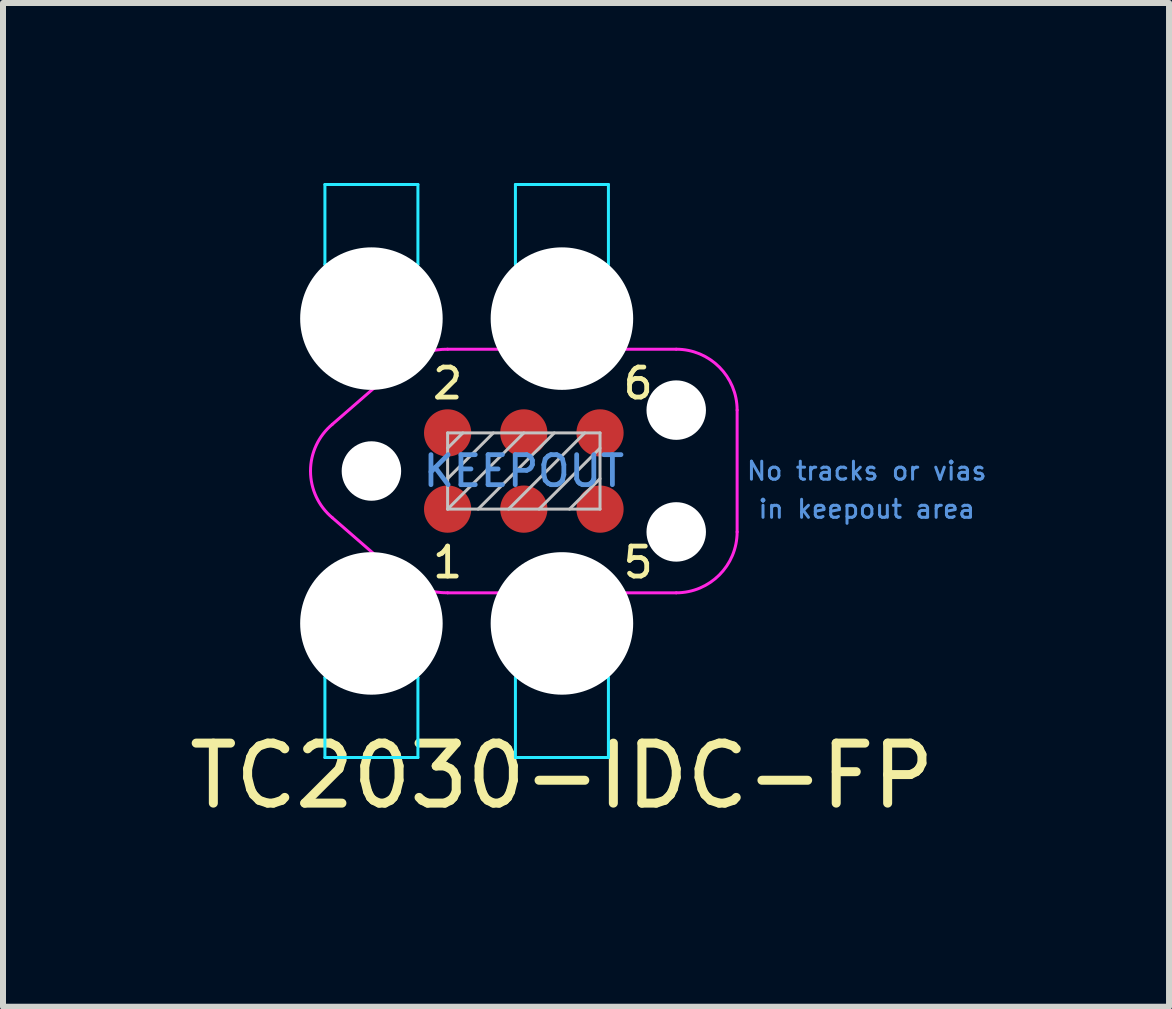
<source format=kicad_pcb>
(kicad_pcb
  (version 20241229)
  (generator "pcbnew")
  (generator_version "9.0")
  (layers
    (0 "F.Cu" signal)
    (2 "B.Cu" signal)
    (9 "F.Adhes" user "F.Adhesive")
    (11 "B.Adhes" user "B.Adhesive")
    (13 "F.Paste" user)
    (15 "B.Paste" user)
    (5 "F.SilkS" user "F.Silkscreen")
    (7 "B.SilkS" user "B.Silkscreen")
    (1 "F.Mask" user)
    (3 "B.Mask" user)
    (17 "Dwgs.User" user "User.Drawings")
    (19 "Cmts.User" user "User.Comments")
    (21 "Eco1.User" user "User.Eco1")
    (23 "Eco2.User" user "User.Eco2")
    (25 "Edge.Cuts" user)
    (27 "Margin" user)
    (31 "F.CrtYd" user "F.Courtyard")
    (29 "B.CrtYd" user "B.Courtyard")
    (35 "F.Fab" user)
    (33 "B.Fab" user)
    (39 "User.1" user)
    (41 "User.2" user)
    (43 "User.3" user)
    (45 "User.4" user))
  (footprint "TC2030-IDC-FP"
    (layer "F.Cu")
    (at 5.68 4.8)
    (property "Reference" "TC2030-IDC-FP" (at 0.635 5.08 0) (layer "F.SilkS") (effects (font (size 1 1) (thickness 0.15))))
    (attr exclude_from_pos_files exclude_from_bom)
    (fp_line (start -1.27 -0.381) (end -1.016 -0.635) (stroke (width 0.05) (type solid)) (layer "Dwgs.User"))
    (fp_line (start -1.27 0.127) (end -0.508 -0.635) (stroke (width 0.05) (type solid)) (layer "Dwgs.User"))
    (fp_line (start -1.27 0.635) (end -1.27 -0.635) (stroke (width 0.05) (type solid)) (layer "Dwgs.User"))
    (fp_line (start -1.27 0.635) (end 0 -0.635) (stroke (width 0.05) (type solid)) (layer "Dwgs.User"))
    (fp_line (start -0.762 0.635) (end 0.508 -0.635) (stroke (width 0.05) (type solid)) (layer "Dwgs.User"))
    (fp_line (start -0.254 0.635) (end 1.016 -0.635) (stroke (width 0.05) (type solid)) (layer "Dwgs.User"))
    (fp_line (start 0.254 0.635) (end 1.27 -0.381) (stroke (width 0.05) (type solid)) (layer "Dwgs.User"))
    (fp_line (start 0.762 0.635) (end 1.27 0.127) (stroke (width 0.05) (type solid)) (layer "Dwgs.User"))
    (fp_line (start 1.27 -0.635) (end -1.27 -0.635) (stroke (width 0.05) (type solid)) (layer "Dwgs.User"))
    (fp_line (start 1.27 -0.635) (end 1.27 0.635) (stroke (width 0.05) (type solid)) (layer "Dwgs.User"))
    (fp_line (start 1.27 0.635) (end -1.27 0.635) (stroke (width 0.05) (type solid)) (layer "Dwgs.User"))
    (fp_line (start -3.315 -4.775) (end -3.315 -3.442) (stroke (width 0.05) (type solid)) (layer "B.CrtYd"))
    (fp_line (start -3.315 -3.442) (end -1.765 -3.442) (stroke (width 0.05) (type solid)) (layer "B.CrtYd"))
    (fp_line (start -3.315 3.442) (end -1.765 3.442) (stroke (width 0.05) (type solid)) (layer "B.CrtYd"))
    (fp_line (start -3.315 4.775) (end -3.315 3.442) (stroke (width 0.05) (type solid)) (layer "B.CrtYd"))
    (fp_line (start -2.54 -4.775) (end -3.315 -4.775) (stroke (width 0.05) (type solid)) (layer "B.CrtYd"))
    (fp_line (start -2.54 -4.775) (end -1.765 -4.775) (stroke (width 0.05) (type solid)) (layer "B.CrtYd"))
    (fp_line (start -2.54 4.775) (end -3.315 4.775) (stroke (width 0.05) (type solid)) (layer "B.CrtYd"))
    (fp_line (start -2.54 4.775) (end -1.765 4.775) (stroke (width 0.05) (type solid)) (layer "B.CrtYd"))
    (fp_line (start -1.765 -4.775) (end -1.765 -3.442) (stroke (width 0.05) (type solid)) (layer "B.CrtYd"))
    (fp_line (start -1.765 4.775) (end -1.765 3.442) (stroke (width 0.05) (type solid)) (layer "B.CrtYd"))
    (fp_line (start -0.14 -4.775) (end -0.14 -3.442) (stroke (width 0.05) (type solid)) (layer "B.CrtYd"))
    (fp_line (start -0.14 -3.442) (end 1.41 -3.442) (stroke (width 0.05) (type solid)) (layer "B.CrtYd"))
    (fp_line (start -0.14 3.442) (end 1.41 3.442) (stroke (width 0.05) (type solid)) (layer "B.CrtYd"))
    (fp_line (start -0.14 4.775) (end -0.14 3.442) (stroke (width 0.05) (type solid)) (layer "B.CrtYd"))
    (fp_line (start 0.635 -4.775) (end -0.14 -4.775) (stroke (width 0.05) (type solid)) (layer "B.CrtYd"))
    (fp_line (start 0.635 -4.775) (end 1.41 -4.775) (stroke (width 0.05) (type solid)) (layer "B.CrtYd"))
    (fp_line (start 0.635 4.775) (end -0.14 4.775) (stroke (width 0.05) (type solid)) (layer "B.CrtYd"))
    (fp_line (start 0.635 4.775) (end 1.41 4.775) (stroke (width 0.05) (type solid)) (layer "B.CrtYd"))
    (fp_line (start 1.41 -4.775) (end 1.41 -3.442) (stroke (width 0.05) (type solid)) (layer "B.CrtYd"))
    (fp_line (start 1.41 4.775) (end 1.41 3.442) (stroke (width 0.05) (type solid)) (layer "B.CrtYd"))
    (fp_line (start -3.192 0.778) (end -1.968 1.843) (stroke (width 0.05) (type solid)) (layer "F.CrtYd"))
    (fp_line (start -1.968 -1.843) (end -3.192 -0.778) (stroke (width 0.05) (type solid)) (layer "F.CrtYd"))
    (fp_line (start 2.54 -2.03) (end -1.27 -2.03) (stroke (width 0.05) (type solid)) (layer "F.CrtYd"))
    (fp_line (start 2.54 2.03) (end -1.27 2.03) (stroke (width 0.05) (type solid)) (layer "F.CrtYd"))
    (fp_line (start 3.555 -1.015) (end 3.555 1.015) (stroke (width 0.05) (type solid)) (layer "F.CrtYd"))
    (fp_arc (start -3.555 0) (mid -3.459902 -0.428958) (end -3.192429 -0.777535) (stroke (width 0.05) (type solid)) (layer "F.CrtYd"))
    (fp_arc (start -3.192429 0.777535) (mid -3.459902 0.428958) (end -3.555 0) (stroke (width 0.05) (type solid)) (layer "F.CrtYd"))
    (fp_arc (start -1.9675 -1.843105) (mid -1.631053 -1.982466) (end -1.27 -2.03) (stroke (width 0.05) (type solid)) (layer "F.CrtYd"))
    (fp_arc (start -1.27 2.03) (mid -1.631053 1.982466) (end -1.9675 1.843105) (stroke (width 0.05) (type solid)) (layer "F.CrtYd"))
    (fp_arc (start 2.54 -2.03) (mid 3.257713 -1.732713) (end 3.555 -1.015) (stroke (width 0.05) (type solid)) (layer "F.CrtYd"))
    (fp_arc (start 3.555 1.015) (mid 3.257713 1.732713) (end 2.54 2.03) (stroke (width 0.05) (type solid)) (layer "F.CrtYd"))
    (fp_text user "2" (at -1.27 -1.46 0) (layer "F.SilkS") (effects (font (size 0.5 0.5) (thickness 0.08))))
    (fp_text user "5" (at 1.905 1.524 0) (layer "F.SilkS") (effects (font (size 0.5 0.5) (thickness 0.08))))
    (fp_text user "6" (at 1.905 -1.46 0) (layer "F.SilkS") (effects (font (size 0.5 0.5) (thickness 0.08))))
    (fp_text user "1" (at -1.27 1.524 0) (layer "F.SilkS") (effects (font (size 0.5 0.5) (thickness 0.08))))
    (fp_text user "KEEPOUT" (at 0 0 0) (layer "Cmts.User") (effects (font (size 0.5 0.5) (thickness 0.08))))
    (fp_text user "No tracks or vias" (at 5.715 0 0) (layer "Cmts.User") (effects (font (size 0.3 0.3) (thickness 0.05))))
    (fp_text user "in keepout area" (at 5.715 0.635 0) (layer "Cmts.User") (effects (font (size 0.3 0.3) (thickness 0.05))))
    (pad "" np_thru_hole circle (at -2.54 -2.54) (size 2.375 2.375) (drill 2.375) (layers "*.Cu" "*.Mask"))
    (pad "" np_thru_hole circle (at -2.54 0) (size 0.991 0.991) (drill 0.991) (layers "*.Cu" "*.Mask"))
    (pad "" np_thru_hole circle (at -2.54 2.54) (size 2.375 2.375) (drill 2.375) (layers "*.Cu" "*.Mask"))
    (pad "" np_thru_hole circle (at 0.635 -2.54) (size 2.375 2.375) (drill 2.375) (layers "*.Cu" "*.Mask"))
    (pad "" np_thru_hole circle (at 0.635 2.54) (size 2.375 2.375) (drill 2.375) (layers "*.Cu" "*.Mask"))
    (pad "" np_thru_hole circle (at 2.54 -1.015) (size 0.991 0.991) (drill 0.991) (layers "*.Cu" "*.Mask"))
    (pad "" np_thru_hole circle (at 2.54 1.015) (size 0.991 0.991) (drill 0.991) (layers "*.Cu" "*.Mask"))
    (pad "1" smd circle (at -1.27 0.635) (size 0.787 0.787) (layers "F.Cu" "F.Mask"))
    (pad "2" smd circle (at -1.27 -0.635) (size 0.787 0.787) (layers "F.Cu" "F.Mask"))
    (pad "3" smd circle (at 0 0.635) (size 0.787 0.787) (layers "F.Cu" "F.Mask"))
    (pad "4" smd circle (at 0 -0.635) (size 0.787 0.787) (layers "F.Cu" "F.Mask"))
    (pad "5" smd circle (at 1.27 0.635) (size 0.787 0.787) (layers "F.Cu" "F.Mask"))
    (pad "6" smd circle (at 1.27 -0.635) (size 0.787 0.787) (layers "F.Cu" "F.Mask")))
  (gr_rect
    (start -3 -3)
    (end 16.433 13.728)
    (stroke (width 0.1) (type default))
    (fill no)
    (layer "Edge.Cuts")))
</source>
